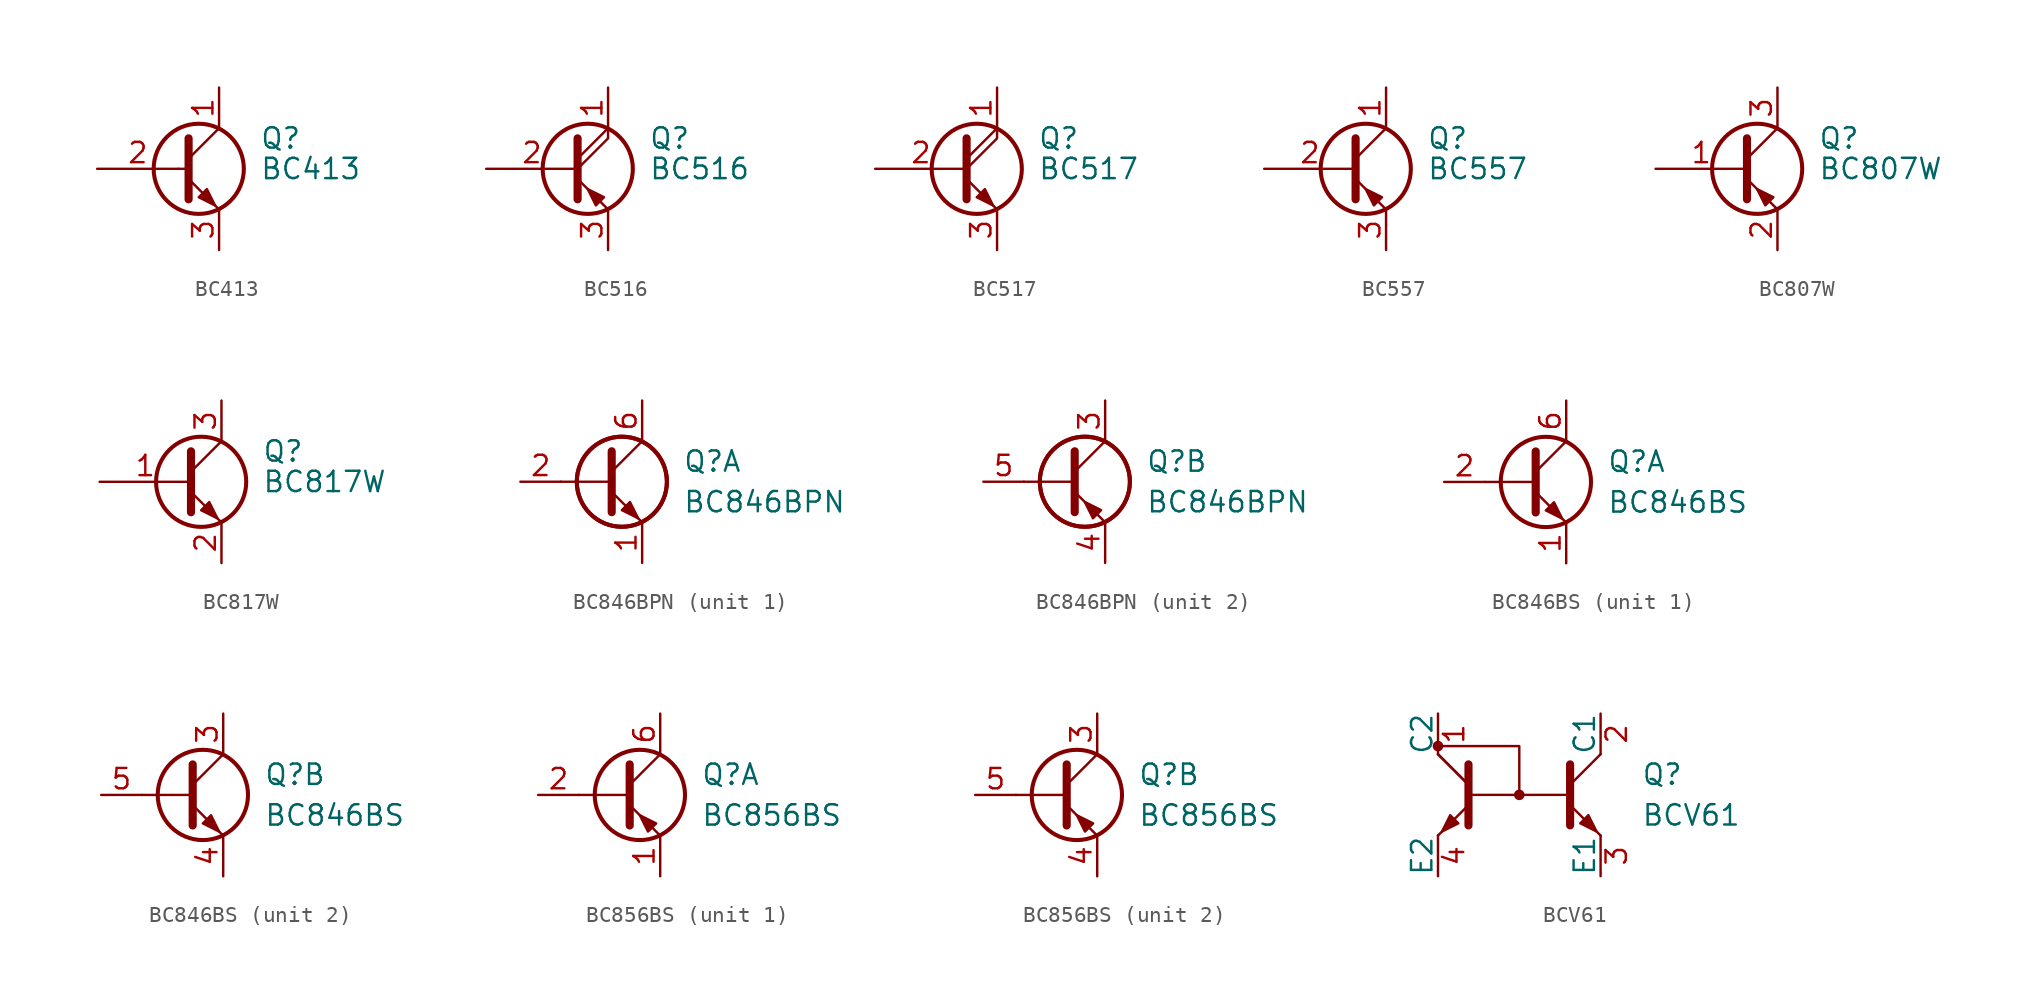
<source format=kicad_sym>
(kicad_symbol_lib
  (version 20220914)
  (generator kicad_symbol_editor)
  (symbol "BC413"
    (pin_names
      (offset 0) hide)
    (property "Reference" "Q"
      (at 5.08 1.905 0)
      (effects (font (size 1.27 1.27)) (justify left)))
    (property "Value" "BC413"
      (at 5.08 0 0)
      (effects (font (size 1.27 1.27)) (justify left)))
    (symbol "BC413_0_1"
      (polyline (pts (xy 0 0) (xy 0.635 0)) (stroke (width 0) (type default)) (fill (type none)))
      (polyline (pts (xy 0.635 0.635) (xy 2.54 2.54)) (stroke (width 0) (type default)) (fill (type none)))
      (polyline (pts (xy 0.635 -0.635) (xy 2.54 -2.54) (xy 2.54 -2.54)) (stroke (width 0) (type default)) (fill (type none)))
      (polyline (pts (xy 0.635 1.905) (xy 0.635 -1.905) (xy 0.635 -1.905)) (stroke (width 0.508) (type default)) (fill (type none)))
      (polyline (pts (xy 1.27 -1.778) (xy 1.778 -1.27) (xy 2.286 -2.286) (xy 1.27 -1.778) (xy 1.27 -1.778)) (stroke (width 0) (type default)) (fill (type outline)))
      (circle (center 1.27 0) (radius 2.819) (stroke (width 0.254) (type default)) (fill (type none))))
    (symbol "BC413_1_1"
      (pin passive line (at 2.54 5.08 270) (length 2.54) (name "C" (effects (font (size 1.27 1.27)))) (number "1" (effects (font (size 1.27 1.27)))))
      (pin input line (at -5.08 0 0) (length 5.08) (name "B" (effects (font (size 1.27 1.27)))) (number "2" (effects (font (size 1.27 1.27)))))
      (pin passive line (at 2.54 -5.08 90) (length 2.54) (name "E" (effects (font (size 1.27 1.27)))) (number "3" (effects (font (size 1.27 1.27)))))))
  (symbol "BC516"
    (pin_names
      (offset 0) hide)
    (property "Reference" "Q"
      (at 5.08 1.905 0)
      (effects (font (size 1.27 1.27)) (justify left)))
    (property "Value" "BC516"
      (at 5.08 0 0)
      (effects (font (size 1.27 1.27)) (justify left)))
    (symbol "BC516_0_1"
      (polyline (pts (xy 0.635 0.635) (xy 2.54 2.54)) (stroke (width 0) (type default)) (fill (type none)))
      (polyline (pts (xy 0.635 -0.635) (xy 2.54 -2.54) (xy 2.54 -2.54)) (stroke (width 0) (type default)) (fill (type none)))
      (polyline (pts (xy 0.635 0) (xy 2.54 1.905) (xy 2.54 2.54)) (stroke (width 0) (type default)) (fill (type none)))
      (polyline (pts (xy 0.635 1.905) (xy 0.635 -1.905) (xy 0.635 -1.905)) (stroke (width 0.508) (type default)) (fill (type none)))
      (polyline (pts (xy 2.286 -1.778) (xy 1.778 -2.286) (xy 1.27 -1.27) (xy 2.286 -1.778) (xy 2.286 -1.778)) (stroke (width 0) (type default)) (fill (type outline)))
      (circle (center 1.27 0) (radius 2.819) (stroke (width 0.254) (type default)) (fill (type none))))
    (symbol "BC516_1_1"
      (pin passive line (at 2.54 5.08 270) (length 2.54) (name "C" (effects (font (size 1.27 1.27)))) (number "1" (effects (font (size 1.27 1.27)))))
      (pin input line (at -5.08 0 0) (length 5.715) (name "B" (effects (font (size 1.27 1.27)))) (number "2" (effects (font (size 1.27 1.27)))))
      (pin passive line (at 2.54 -5.08 90) (length 2.54) (name "E" (effects (font (size 1.27 1.27)))) (number "3" (effects (font (size 1.27 1.27)))))))
  (symbol "BC517"
    (pin_names
      (offset 0) hide)
    (property "Reference" "Q"
      (at 5.08 1.905 0)
      (effects (font (size 1.27 1.27)) (justify left)))
    (property "Value" "BC517"
      (at 5.08 0 0)
      (effects (font (size 1.27 1.27)) (justify left)))
    (symbol "BC517_0_1"
      (polyline (pts (xy 0.635 0.635) (xy 2.54 2.54)) (stroke (width 0) (type default)) (fill (type none)))
      (polyline (pts (xy 0.635 -0.635) (xy 2.54 -2.54) (xy 2.54 -2.54)) (stroke (width 0) (type default)) (fill (type none)))
      (polyline (pts (xy 0.635 0) (xy 2.54 1.905) (xy 2.54 2.54)) (stroke (width 0) (type default)) (fill (type none)))
      (polyline (pts (xy 0.635 1.905) (xy 0.635 -1.905) (xy 0.635 -1.905)) (stroke (width 0.508) (type default)) (fill (type none)))
      (polyline (pts (xy 1.27 -1.778) (xy 1.778 -1.27) (xy 2.286 -2.286) (xy 1.27 -1.778) (xy 1.27 -1.778)) (stroke (width 0) (type default)) (fill (type outline)))
      (circle (center 1.27 0) (radius 2.819) (stroke (width 0.254) (type default)) (fill (type none))))
    (symbol "BC517_1_1"
      (pin passive line (at 2.54 5.08 270) (length 2.54) (name "C" (effects (font (size 1.27 1.27)))) (number "1" (effects (font (size 1.27 1.27)))))
      (pin input line (at -5.08 0 0) (length 5.715) (name "B" (effects (font (size 1.27 1.27)))) (number "2" (effects (font (size 1.27 1.27)))))
      (pin passive line (at 2.54 -5.08 90) (length 2.54) (name "E" (effects (font (size 1.27 1.27)))) (number "3" (effects (font (size 1.27 1.27)))))))
  (symbol "BC557"
    (pin_names
      (offset 0) hide)
    (property "Reference" "Q"
      (at 5.08 1.905 0)
      (effects (font (size 1.27 1.27)) (justify left)))
    (property "Value" "BC557"
      (at 5.08 0 0)
      (effects (font (size 1.27 1.27)) (justify left)))
    (symbol "BC557_0_1"
      (polyline (pts (xy 0.635 0.635) (xy 2.54 2.54)) (stroke (width 0) (type default)) (fill (type none)))
      (polyline (pts (xy 0.635 -0.635) (xy 2.54 -2.54) (xy 2.54 -2.54)) (stroke (width 0) (type default)) (fill (type none)))
      (polyline (pts (xy 0.635 1.905) (xy 0.635 -1.905) (xy 0.635 -1.905)) (stroke (width 0.508) (type default)) (fill (type none)))
      (polyline (pts (xy 2.286 -1.778) (xy 1.778 -2.286) (xy 1.27 -1.27) (xy 2.286 -1.778) (xy 2.286 -1.778)) (stroke (width 0) (type default)) (fill (type outline)))
      (circle (center 1.27 0) (radius 2.819) (stroke (width 0.254) (type default)) (fill (type none))))
    (symbol "BC557_1_1"
      (pin passive line (at 2.54 5.08 270) (length 2.54) (name "C" (effects (font (size 1.27 1.27)))) (number "1" (effects (font (size 1.27 1.27)))))
      (pin input line (at -5.08 0 0) (length 5.715) (name "B" (effects (font (size 1.27 1.27)))) (number "2" (effects (font (size 1.27 1.27)))))
      (pin passive line (at 2.54 -5.08 90) (length 2.54) (name "E" (effects (font (size 1.27 1.27)))) (number "3" (effects (font (size 1.27 1.27)))))))
  (symbol "BC807W"
    (pin_names
      (offset 0) hide)
    (property "Reference" "Q"
      (at 5.08 1.905 0)
      (effects (font (size 1.27 1.27)) (justify left)))
    (property "Value" "BC807W"
      (at 5.08 0 0)
      (effects (font (size 1.27 1.27)) (justify left)))
    (symbol "BC807W_0_1"
      (polyline (pts (xy 0.635 0.635) (xy 2.54 2.54)) (stroke (width 0) (type default)) (fill (type none)))
      (polyline (pts (xy 0.635 -0.635) (xy 2.54 -2.54) (xy 2.54 -2.54)) (stroke (width 0) (type default)) (fill (type none)))
      (polyline (pts (xy 0.635 1.905) (xy 0.635 -1.905) (xy 0.635 -1.905)) (stroke (width 0.508) (type default)) (fill (type none)))
      (polyline (pts (xy 2.286 -1.778) (xy 1.778 -2.286) (xy 1.27 -1.27) (xy 2.286 -1.778) (xy 2.286 -1.778)) (stroke (width 0) (type default)) (fill (type outline)))
      (circle (center 1.27 0) (radius 2.819) (stroke (width 0.254) (type default)) (fill (type none))))
    (symbol "BC807W_1_1"
      (pin input line (at -5.08 0 0) (length 5.715) (name "B" (effects (font (size 1.27 1.27)))) (number "1" (effects (font (size 1.27 1.27)))))
      (pin passive line (at 2.54 -5.08 90) (length 2.54) (name "E" (effects (font (size 1.27 1.27)))) (number "2" (effects (font (size 1.27 1.27)))))
      (pin passive line (at 2.54 5.08 270) (length 2.54) (name "C" (effects (font (size 1.27 1.27)))) (number "3" (effects (font (size 1.27 1.27)))))))
  (symbol "BC817W"
    (pin_names
      (offset 0) hide)
    (property "Reference" "Q"
      (at 5.08 1.905 0)
      (effects (font (size 1.27 1.27)) (justify left)))
    (property "Value" "BC817W"
      (at 5.08 0 0)
      (effects (font (size 1.27 1.27)) (justify left)))
    (symbol "BC817W_0_1"
      (polyline (pts (xy 0.635 0.635) (xy 2.54 2.54)) (stroke (width 0) (type default)) (fill (type none)))
      (polyline (pts (xy 0.635 -0.635) (xy 2.54 -2.54) (xy 2.54 -2.54)) (stroke (width 0) (type default)) (fill (type none)))
      (polyline (pts (xy 0.635 1.905) (xy 0.635 -1.905) (xy 0.635 -1.905)) (stroke (width 0.508) (type default)) (fill (type none)))
      (polyline (pts (xy 1.27 -1.778) (xy 1.778 -1.27) (xy 2.286 -2.286) (xy 1.27 -1.778) (xy 1.27 -1.778)) (stroke (width 0) (type default)) (fill (type outline)))
      (circle (center 1.27 0) (radius 2.819) (stroke (width 0.254) (type default)) (fill (type none))))
    (symbol "BC817W_1_1"
      (pin input line (at -5.08 0 0) (length 5.715) (name "B" (effects (font (size 1.27 1.27)))) (number "1" (effects (font (size 1.27 1.27)))))
      (pin passive line (at 2.54 -5.08 90) (length 2.54) (name "E" (effects (font (size 1.27 1.27)))) (number "2" (effects (font (size 1.27 1.27)))))
      (pin passive line (at 2.54 5.08 270) (length 2.54) (name "C" (effects (font (size 1.27 1.27)))) (number "3" (effects (font (size 1.27 1.27)))))))
  (symbol "BC846BPN"
    (pin_names
      (offset 0) hide)
    (property "Reference" "Q"
      (at 5.08 1.27 0)
      (effects (font (size 1.27 1.27)) (justify left)))
    (property "Value" "BC846BPN"
      (at 5.08 -1.27 0)
      (effects (font (size 1.27 1.27)) (justify left)))
    (property "ki_locked" ""
      (at 0 0 0)
      (effects (font (size 1.27 1.27))))
    (symbol "BC846BPN_0_1"
      (polyline (pts (xy 0.635 0) (xy -2.54 0)) (stroke (width 0) (type default)) (fill (type none)))
      (circle (center 1.27 0) (radius 2.819) (stroke (width 0.254) (type default)) (fill (type none)))
      (circle (center 1.27 0) (radius 2.819) (stroke (width 0.254) (type default)) (fill (type none))))
    (symbol "BC846BPN_1_1"
      (polyline (pts (xy 0.635 0.635) (xy 2.54 2.54)) (stroke (width 0) (type default)) (fill (type none)))
      (polyline (pts (xy 0.635 -0.635) (xy 2.54 -2.54) (xy 2.54 -2.54)) (stroke (width 0) (type default)) (fill (type none)))
      (polyline (pts (xy 0.635 1.905) (xy 0.635 -1.905) (xy 0.635 -1.905)) (stroke (width 0.508) (type default)) (fill (type none)))
      (polyline (pts (xy 1.27 -1.778) (xy 1.778 -1.27) (xy 2.286 -2.286) (xy 1.27 -1.778) (xy 1.27 -1.778)) (stroke (width 0) (type default)) (fill (type outline)))
      (pin passive line (at 2.54 -5.08 90) (length 2.54) (name "E1" (effects (font (size 1.27 1.27)))) (number "1" (effects (font (size 1.27 1.27)))))
      (pin input line (at -5.08 0 0) (length 2.54) (name "B1" (effects (font (size 1.27 1.27)))) (number "2" (effects (font (size 1.27 1.27)))))
      (pin passive line (at 2.54 5.08 270) (length 2.54) (name "C1" (effects (font (size 1.27 1.27)))) (number "6" (effects (font (size 1.27 1.27))))))
    (symbol "BC846BPN_2_1"
      (polyline (pts (xy 0.635 0.635) (xy 2.54 2.54)) (stroke (width 0) (type default)) (fill (type none)))
      (polyline (pts (xy 0.635 -0.635) (xy 2.54 -2.54) (xy 2.54 -2.54)) (stroke (width 0) (type default)) (fill (type none)))
      (polyline (pts (xy 0.635 1.905) (xy 0.635 -1.905) (xy 0.635 -1.905)) (stroke (width 0.508) (type default)) (fill (type none)))
      (polyline (pts (xy 2.286 -1.778) (xy 1.778 -2.286) (xy 1.27 -1.27) (xy 2.286 -1.778) (xy 2.286 -1.778)) (stroke (width 0) (type default)) (fill (type outline)))
      (pin passive line (at 2.54 5.08 270) (length 2.54) (name "C2" (effects (font (size 1.27 1.27)))) (number "3" (effects (font (size 1.27 1.27)))))
      (pin passive line (at 2.54 -5.08 90) (length 2.54) (name "E2" (effects (font (size 1.27 1.27)))) (number "4" (effects (font (size 1.27 1.27)))))
      (pin input line (at -5.08 0 0) (length 2.54) (name "B2" (effects (font (size 1.27 1.27)))) (number "5" (effects (font (size 1.27 1.27)))))))
  (symbol "BC846BS"
    (pin_names
      (offset 0) hide)
    (property "Reference" "Q"
      (at 5.08 1.27 0)
      (effects (font (size 1.27 1.27)) (justify left)))
    (property "Value" "BC846BS"
      (at 5.08 -1.27 0)
      (effects (font (size 1.27 1.27)) (justify left)))
    (property "ki_locked" ""
      (at 0 0 0)
      (effects (font (size 1.27 1.27))))
    (symbol "BC846BS_0_1"
      (polyline (pts (xy 0.635 0) (xy -2.54 0)) (stroke (width 0) (type default)) (fill (type none)))
      (polyline (pts (xy 0.635 0.635) (xy 2.54 2.54)) (stroke (width 0) (type default)) (fill (type none)))
      (polyline (pts (xy 0.635 -0.635) (xy 2.54 -2.54) (xy 2.54 -2.54)) (stroke (width 0) (type default)) (fill (type none)))
      (polyline (pts (xy 0.635 1.905) (xy 0.635 -1.905) (xy 0.635 -1.905)) (stroke (width 0.508) (type default)) (fill (type none)))
      (polyline (pts (xy 1.27 -1.778) (xy 1.778 -1.27) (xy 2.286 -2.286) (xy 1.27 -1.778) (xy 1.27 -1.778)) (stroke (width 0) (type default)) (fill (type outline)))
      (circle (center 1.27 0) (radius 2.819) (stroke (width 0.254) (type default)) (fill (type none))))
    (symbol "BC846BS_1_1"
      (pin passive line (at 2.54 -5.08 90) (length 2.54) (name "E1" (effects (font (size 1.27 1.27)))) (number "1" (effects (font (size 1.27 1.27)))))
      (pin input line (at -5.08 0 0) (length 2.54) (name "B1" (effects (font (size 1.27 1.27)))) (number "2" (effects (font (size 1.27 1.27)))))
      (pin passive line (at 2.54 5.08 270) (length 2.54) (name "C1" (effects (font (size 1.27 1.27)))) (number "6" (effects (font (size 1.27 1.27))))))
    (symbol "BC846BS_2_1"
      (pin passive line (at 2.54 5.08 270) (length 2.54) (name "C2" (effects (font (size 1.27 1.27)))) (number "3" (effects (font (size 1.27 1.27)))))
      (pin passive line (at 2.54 -5.08 90) (length 2.54) (name "E2" (effects (font (size 1.27 1.27)))) (number "4" (effects (font (size 1.27 1.27)))))
      (pin input line (at -5.08 0 0) (length 2.54) (name "B2" (effects (font (size 1.27 1.27)))) (number "5" (effects (font (size 1.27 1.27)))))))
  (symbol "BC856BS"
    (pin_names
      (offset 0) hide)
    (property "Reference" "Q"
      (at 5.08 1.27 0)
      (effects (font (size 1.27 1.27)) (justify left)))
    (property "Value" "BC856BS"
      (at 5.08 -1.27 0)
      (effects (font (size 1.27 1.27)) (justify left)))
    (property "ki_locked" ""
      (at 0 0 0)
      (effects (font (size 1.27 1.27))))
    (symbol "BC856BS_0_1"
      (polyline (pts (xy 0.635 0) (xy -2.54 0)) (stroke (width 0) (type default)) (fill (type none)))
      (polyline (pts (xy 0.635 0.635) (xy 2.54 2.54)) (stroke (width 0) (type default)) (fill (type none)))
      (polyline (pts (xy 0.635 -0.635) (xy 2.54 -2.54) (xy 2.54 -2.54)) (stroke (width 0) (type default)) (fill (type none)))
      (polyline (pts (xy 0.635 1.905) (xy 0.635 -1.905) (xy 0.635 -1.905)) (stroke (width 0.508) (type default)) (fill (type none)))
      (polyline (pts (xy 2.286 -1.778) (xy 1.778 -2.286) (xy 1.27 -1.27) (xy 2.286 -1.778) (xy 2.286 -1.778)) (stroke (width 0) (type default)) (fill (type outline)))
      (circle (center 1.27 0) (radius 2.819) (stroke (width 0.254) (type default)) (fill (type none))))
    (symbol "BC856BS_1_1"
      (pin passive line (at 2.54 -5.08 90) (length 2.54) (name "E1" (effects (font (size 1.27 1.27)))) (number "1" (effects (font (size 1.27 1.27)))))
      (pin input line (at -5.08 0 0) (length 2.54) (name "B1" (effects (font (size 1.27 1.27)))) (number "2" (effects (font (size 1.27 1.27)))))
      (pin passive line (at 2.54 5.08 270) (length 2.54) (name "C1" (effects (font (size 1.27 1.27)))) (number "6" (effects (font (size 1.27 1.27))))))
    (symbol "BC856BS_2_1"
      (pin passive line (at 2.54 5.08 270) (length 2.54) (name "C2" (effects (font (size 1.27 1.27)))) (number "3" (effects (font (size 1.27 1.27)))))
      (pin passive line (at 2.54 -5.08 90) (length 2.54) (name "E2" (effects (font (size 1.27 1.27)))) (number "4" (effects (font (size 1.27 1.27)))))
      (pin input line (at -5.08 0 0) (length 2.54) (name "B2" (effects (font (size 1.27 1.27)))) (number "5" (effects (font (size 1.27 1.27)))))))
  (symbol "BCV61"
    (pin_names
      (offset 0))
    (property "Reference" "Q"
      (at 7.62 1.27 0)
      (effects (font (size 1.27 1.27)) (justify left)))
    (property "Value" "BCV61"
      (at 7.62 -1.27 0)
      (effects (font (size 1.27 1.27)) (justify left)))
    (symbol "BCV61_0_1"
      (circle (center -5.08 3.048) (radius 0.254) (stroke (width 0) (type default)) (fill (type outline)))
      (polyline (pts (xy -5.08 -2.54) (xy -3.175 -0.635)) (stroke (width 0) (type default)) (fill (type none)))
      (polyline (pts (xy -5.08 2.54) (xy -3.175 0.635)) (stroke (width 0) (type default)) (fill (type none)))
      (polyline (pts (xy -5.08 2.54) (xy -3.175 0.635)) (stroke (width 0) (type default)) (fill (type none)))
      (polyline (pts (xy 3.175 0) (xy -3.175 0)) (stroke (width 0) (type default)) (fill (type none)))
      (polyline (pts (xy 5.08 -2.54) (xy 3.175 -0.635)) (stroke (width 0) (type default)) (fill (type none)))
      (polyline (pts (xy 5.08 2.54) (xy 3.175 0.635)) (stroke (width 0) (type default)) (fill (type none)))
      (polyline (pts (xy -3.175 -1.905) (xy -3.175 1.905) (xy -3.175 1.905)) (stroke (width 0.508) (type default)) (fill (type outline)))
      (polyline (pts (xy 0 0) (xy 0 3.048) (xy -5.08 3.048)) (stroke (width 0) (type default)) (fill (type none)))
      (polyline (pts (xy 3.175 -1.905) (xy 3.175 1.905) (xy 3.175 1.905)) (stroke (width 0.508) (type default)) (fill (type outline)))
      (polyline (pts (xy -3.81 -1.778) (xy -4.318 -1.27) (xy -4.826 -2.286) (xy -3.81 -1.778) (xy -3.81 -1.778)) (stroke (width 0) (type default)) (fill (type outline)))
      (polyline (pts (xy 3.81 -1.778) (xy 4.318 -1.27) (xy 4.826 -2.286) (xy 3.81 -1.778) (xy 3.81 -1.778)) (stroke (width 0) (type default)) (fill (type outline)))
      (circle (center 0 0) (radius 0.254) (stroke (width 0) (type default)) (fill (type outline))))
    (symbol "BCV61_1_1"
      (pin passive line (at -5.08 5.08 270) (length 2.54) (name "C2" (effects (font (size 1.27 1.27)))) (number "1" (effects (font (size 1.27 1.27)))))
      (pin passive line (at 5.08 5.08 270) (length 2.54) (name "C1" (effects (font (size 1.27 1.27)))) (number "2" (effects (font (size 1.27 1.27)))))
      (pin passive line (at 5.08 -5.08 90) (length 2.54) (name "E1" (effects (font (size 1.27 1.27)))) (number "3" (effects (font (size 1.27 1.27)))))
      (pin passive line (at -5.08 -5.08 90) (length 2.54) (name "E2" (effects (font (size 1.27 1.27)))) (number "4" (effects (font (size 1.27 1.27))))))))
</source>
